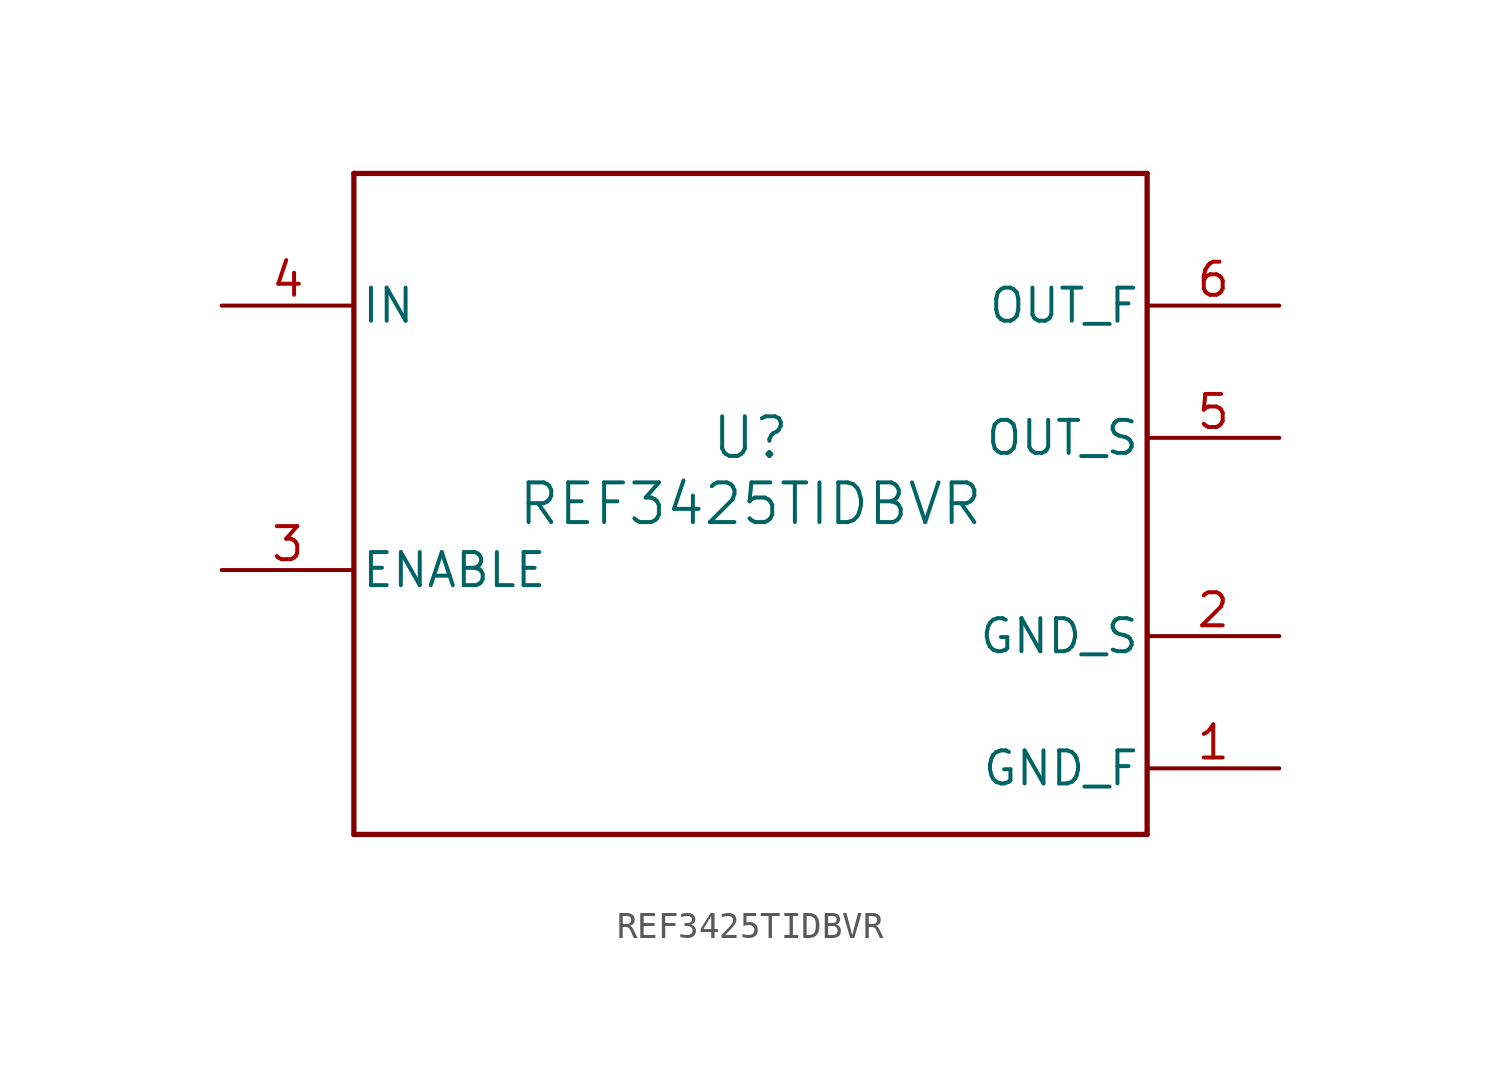
<source format=kicad_sym>
(kicad_symbol_lib
  (version 20211014)
  (generator kicad_symbol_editor)
  (symbol "REF3425TIDBVR"
    (pin_names
      (offset 0.254))
    (property "Reference" "U"
      (at 0 2.54 0)
      (effects (font (size 1.524 1.524))))
    (property "Value" "REF3425TIDBVR"
      (at 0 0 0)
      (effects (font (size 1.524 1.524))))
    (symbol "REF3425TIDBVR_0_1"
      (polyline (pts (xy -15.24 -12.7) (xy 15.24 -12.7)) (stroke (width 0.203) (type default) (color 0 0 0 0)) (fill (type none)))
      (polyline (pts (xy 15.24 -12.7) (xy 15.24 12.7)) (stroke (width 0.203) (type default) (color 0 0 0 0)) (fill (type none)))
      (polyline (pts (xy 15.24 12.7) (xy -15.24 12.7)) (stroke (width 0.203) (type default) (color 0 0 0 0)) (fill (type none)))
      (polyline (pts (xy -15.24 12.7) (xy -15.24 -12.7)) (stroke (width 0.203) (type default) (color 0 0 0 0)) (fill (type none)))
      (pin power_in line (at 20.32 -10.16 180) (length 5.08) (name "GND_F" (effects (font (size 1.27 1.27)))) (number "1" (effects (font (size 1.27 1.27)))))
      (pin power_in line (at 20.32 -5.08 180) (length 5.08) (name "GND_S" (effects (font (size 1.27 1.27)))) (number "2" (effects (font (size 1.27 1.27)))))
      (pin input line (at -20.32 -2.54 0) (length 5.08) (name "ENABLE" (effects (font (size 1.27 1.27)))) (number "3" (effects (font (size 1.27 1.27)))))
      (pin power_in line (at -20.32 7.62 0) (length 5.08) (name "IN" (effects (font (size 1.27 1.27)))) (number "4" (effects (font (size 1.27 1.27)))))
      (pin power_in line (at 20.32 2.54 180) (length 5.08) (name "OUT_S" (effects (font (size 1.27 1.27)))) (number "5" (effects (font (size 1.27 1.27)))))
      (pin power_in line (at 20.32 7.62 180) (length 5.08) (name "OUT_F" (effects (font (size 1.27 1.27)))) (number "6" (effects (font (size 1.27 1.27))))))))
</source>
